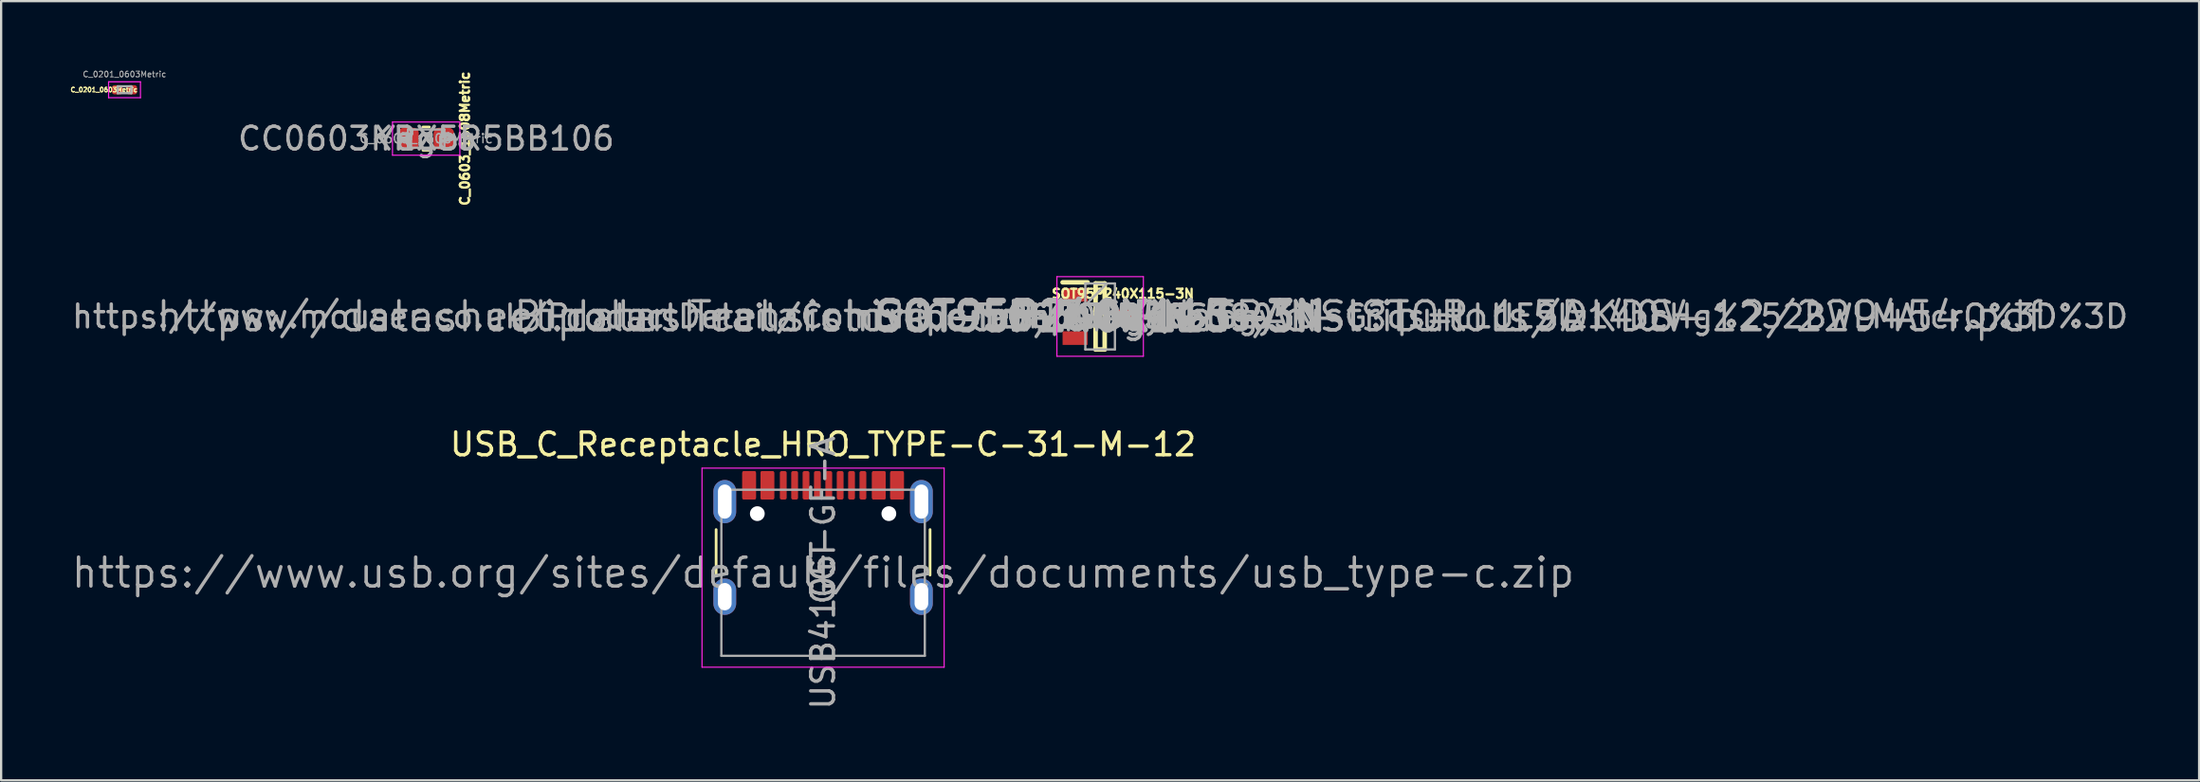
<source format=kicad_pcb>
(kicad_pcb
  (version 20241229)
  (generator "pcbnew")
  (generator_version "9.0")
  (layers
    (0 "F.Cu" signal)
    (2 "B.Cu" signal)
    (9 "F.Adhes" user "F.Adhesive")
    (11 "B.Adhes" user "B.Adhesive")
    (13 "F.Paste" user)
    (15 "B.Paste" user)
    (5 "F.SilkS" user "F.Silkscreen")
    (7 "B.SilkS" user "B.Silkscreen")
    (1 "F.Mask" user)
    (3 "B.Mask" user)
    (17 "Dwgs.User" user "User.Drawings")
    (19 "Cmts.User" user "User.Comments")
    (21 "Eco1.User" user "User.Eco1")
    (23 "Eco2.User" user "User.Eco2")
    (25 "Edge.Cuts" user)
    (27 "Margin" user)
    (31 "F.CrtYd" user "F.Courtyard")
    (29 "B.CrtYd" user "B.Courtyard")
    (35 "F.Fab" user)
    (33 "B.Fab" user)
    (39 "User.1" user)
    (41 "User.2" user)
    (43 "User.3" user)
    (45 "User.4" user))
  (footprint "C_0201_0603Metric"
    (layer "F.Cu")
    (at 2.422 0.896)
    (property "Reference" "C_0201_0603Metric" (at -0.9 0 180) (layer "F.SilkS") (effects (font (size 0.2 0.2) (thickness 0.05))))
    (attr smd)
    (fp_line (start -0.7 -0.35) (end 0.7 -0.35) (stroke (width 0.05) (type solid)) (layer "F.CrtYd"))
    (fp_line (start -0.7 0.35) (end -0.7 -0.35) (stroke (width 0.05) (type solid)) (layer "F.CrtYd"))
    (fp_line (start 0.7 -0.35) (end 0.7 0.35) (stroke (width 0.05) (type solid)) (layer "F.CrtYd"))
    (fp_line (start 0.7 0.35) (end -0.7 0.35) (stroke (width 0.05) (type solid)) (layer "F.CrtYd"))
    (fp_line (start -0.3 -0.15) (end 0.3 -0.15) (stroke (width 0.1) (type solid)) (layer "F.Fab"))
    (fp_line (start -0.3 0.15) (end -0.3 -0.15) (stroke (width 0.1) (type solid)) (layer "F.Fab"))
    (fp_line (start 0.3 -0.15) (end 0.3 0.15) (stroke (width 0.1) (type solid)) (layer "F.Fab"))
    (fp_line (start 0.3 0.15) (end -0.3 0.15) (stroke (width 0.1) (type solid)) (layer "F.Fab"))
    (fp_text user "${REFERENCE}" (at 0 -0.68 0) (layer "F.Fab") (effects (font (size 0.25 0.25) (thickness 0.04))))
    (pad "" smd roundrect (at -0.345 0) (size 0.318 0.36) (layers "F.Paste") (roundrect_rratio 0.25))
    (pad "" smd roundrect (at 0.345 0) (size 0.318 0.36) (layers "F.Paste") (roundrect_rratio 0.25))
    (pad "1" smd roundrect (at -0.32 0) (size 0.46 0.4) (layers "F.Cu" "F.Mask") (roundrect_rratio 0.25))
    (pad "2" smd roundrect (at 0.32 0) (size 0.46 0.4) (layers "F.Cu" "F.Mask") (roundrect_rratio 0.25)))
  (footprint "SOT95P240X115-3N"
    (layer "F.Cu")
    (at 45.292 10.862)
    (property "Reference" "SOT95P240X115-3N" (at 1 -1 180) (layer "F.SilkS") (effects (font (size 0.4 0.4) (thickness 0.1) (bold yes))))
    (property "Datasheet" "https://datasheet.datasheetarchive.com/originals/distributors/DKDS-12/229454.pdf" (at 0 0 0) (unlocked yes) (layer "F.Fab") (effects (font (size 1.27 1.27) (thickness 0.15))))
    (property "Description" "Bipolar Transistors - BJT NPN TRANSISTOR 1.5A 40V" (at 0 0 0) (unlocked yes) (layer "F.Fab") (effects (font (size 1.27 1.27) (thickness 0.15))))
    (property "Height" "1.15" (at 0 0 0) (unlocked yes) (layer "F.Fab") (effects (font (size 1 1) (thickness 0.15))))
    (property "Mouser Part Number" "750-SS8050-G" (at 0 0 0) (unlocked yes) (layer "F.Fab") (effects (font (size 1 1) (thickness 0.15))))
    (property "Mouser Price/Stock" "https://www.mouser.co.uk/ProductDetail/Comchip-Technology/SS8050-G?qs=LLUE9lz1YbcHg%252BWLMAtcrQ%3D%3D" (at 0 0 0) (unlocked yes) (layer "F.Fab") (effects (font (size 1 1) (thickness 0.15))))
    (property "Manufacturer_Name" "Comchip Technology" (at 0 0 0) (unlocked yes) (layer "F.Fab") (effects (font (size 1 1) (thickness 0.15))))
    (property "PN" "SS8050-G" (at 0 0 0) (unlocked yes) (layer "F.Fab") (effects (font (size 1 1) (thickness 0.15))))
    (attr smd)
    (fp_line (start -1.65 -1.5) (end -0.55 -1.5) (stroke (width 0.2) (type solid)) (layer "F.SilkS"))
    (fp_line (start -0.2 -1.45) (end 0.2 -1.45) (stroke (width 0.2) (type solid)) (layer "F.SilkS"))
    (fp_line (start -0.2 1.45) (end -0.2 -1.45) (stroke (width 0.2) (type solid)) (layer "F.SilkS"))
    (fp_line (start 0.2 -1.45) (end 0.2 1.45) (stroke (width 0.2) (type solid)) (layer "F.SilkS"))
    (fp_line (start 0.2 1.45) (end -0.2 1.45) (stroke (width 0.2) (type solid)) (layer "F.SilkS"))
    (fp_line (start -1.9 -1.75) (end 1.9 -1.75) (stroke (width 0.05) (type solid)) (layer "F.CrtYd"))
    (fp_line (start -1.9 1.75) (end -1.9 -1.75) (stroke (width 0.05) (type solid)) (layer "F.CrtYd"))
    (fp_line (start 1.9 -1.75) (end 1.9 1.75) (stroke (width 0.05) (type solid)) (layer "F.CrtYd"))
    (fp_line (start 1.9 1.75) (end -1.9 1.75) (stroke (width 0.05) (type solid)) (layer "F.CrtYd"))
    (fp_line (start -0.65 -1.45) (end 0.65 -1.45) (stroke (width 0.1) (type solid)) (layer "F.Fab"))
    (fp_line (start -0.65 -0.5) (end 0.3 -1.45) (stroke (width 0.1) (type solid)) (layer "F.Fab"))
    (fp_line (start -0.65 1.45) (end -0.65 -1.45) (stroke (width 0.1) (type solid)) (layer "F.Fab"))
    (fp_line (start 0.65 -1.45) (end 0.65 1.45) (stroke (width 0.1) (type solid)) (layer "F.Fab"))
    (fp_line (start 0.65 1.45) (end -0.65 1.45) (stroke (width 0.1) (type solid)) (layer "F.Fab"))
    (fp_text user "${REFERENCE}" (at 0 0 180) (layer "F.Fab") (effects (font (size 1.27 1.27) (thickness 0.254))))
    (pad "1" smd rect (at -1.1 -0.95 90) (size 0.6 1.1) (layers "F.Cu" "F.Mask" "F.Paste"))
    (pad "2" smd rect (at -1.1 0.95 90) (size 0.6 1.1) (layers "F.Cu" "F.Mask" "F.Paste"))
    (pad "3" smd rect (at 1.1 0 90) (size 0.6 1.1) (layers "F.Cu" "F.Mask" "F.Paste")))
  (footprint "USB_C_Receptacle_HRO_TYPE-C-31-M-12"
    (layer "F.Cu")
    (at 33.118 22.13)
    (property "Reference" "USB_C_Receptacle_HRO_TYPE-C-31-M-12" (at 0 -5.645 180) (layer "F.SilkS") (effects (font (size 1 1) (thickness 0.15))))
    (property "Datasheet" "https://www.usb.org/sites/default/files/documents/usb_type-c.zip" (at 0 0 0) (unlocked yes) (layer "F.Fab") (effects (font (size 1.27 1.27) (thickness 0.15))))
    (property "Description" "" (at 0 0 0) (unlocked yes) (layer "F.Fab") (effects (font (size 1.27 1.27) (thickness 0.15))))
    (property "Mfg" "GCT" (at 0 0 90) (layer "F.Fab") (effects (font (size 1 1) (thickness 0.15))))
    (property "PN" "USB4105-GF-A" (at 0 0 90) (layer "F.Fab") (effects (font (size 1 1) (thickness 0.15))))
    (attr smd)
    (fp_line (start -4.7 -1.9) (end -4.7 0.1) (stroke (width 0.12) (type solid)) (layer "F.SilkS"))
    (fp_line (start 4.7 -1.9) (end 4.7 0.1) (stroke (width 0.12) (type solid)) (layer "F.SilkS"))
    (fp_line (start -5.32 -4.6) (end -5.32 4.15) (stroke (width 0.05) (type solid)) (layer "F.CrtYd"))
    (fp_line (start -5.32 -4.6) (end 5.32 -4.6) (stroke (width 0.05) (type solid)) (layer "F.CrtYd"))
    (fp_line (start -5.32 4.15) (end 5.32 4.15) (stroke (width 0.05) (type solid)) (layer "F.CrtYd"))
    (fp_line (start 5.32 -4.6) (end 5.32 4.15) (stroke (width 0.05) (type solid)) (layer "F.CrtYd"))
    (fp_line (start -4.47 -3.65) (end -4.47 3.65) (stroke (width 0.1) (type solid)) (layer "F.Fab"))
    (fp_line (start -4.47 -3.65) (end 4.47 -3.65) (stroke (width 0.1) (type solid)) (layer "F.Fab"))
    (fp_line (start -4.47 3.65) (end 4.47 3.65) (stroke (width 0.1) (type solid)) (layer "F.Fab"))
    (fp_line (start 4.47 -3.65) (end 4.47 3.65) (stroke (width 0.1) (type solid)) (layer "F.Fab"))
    (pad "" np_thru_hole circle (at -2.89 -2.6) (size 0.65 0.65) (drill 0.65) (layers "*.Cu" "*.Mask"))
    (pad "" np_thru_hole circle (at 2.89 -2.6) (size 0.65 0.65) (drill 0.65) (layers "*.Cu" "*.Mask"))
    (pad "A1" smd roundrect (at -3.25 -3.845) (size 0.6 1.25) (layers "F.Cu" "F.Mask" "F.Paste") (roundrect_rratio 0.125))
    (pad "A4" smd roundrect (at -2.45 -3.845) (size 0.6 1.25) (layers "F.Cu" "F.Mask" "F.Paste") (roundrect_rratio 0.125))
    (pad "A5" smd roundrect (at -1.25 -3.845) (size 0.3 1.25) (layers "F.Cu" "F.Mask" "F.Paste") (roundrect_rratio 0.25))
    (pad "A6" smd roundrect (at -0.25 -3.845) (size 0.3 1.25) (layers "F.Cu" "F.Mask" "F.Paste") (roundrect_rratio 0.25))
    (pad "A7" smd roundrect (at 0.25 -3.845) (size 0.3 1.25) (layers "F.Cu" "F.Mask" "F.Paste") (roundrect_rratio 0.25))
    (pad "A8" smd roundrect (at 1.25 -3.845) (size 0.3 1.25) (layers "F.Cu" "F.Mask" "F.Paste") (roundrect_rratio 0.25))
    (pad "A9" smd roundrect (at 2.45 -3.845) (size 0.6 1.25) (layers "F.Cu" "F.Mask" "F.Paste") (roundrect_rratio 0.125))
    (pad "A12" smd roundrect (at 3.25 -3.845) (size 0.6 1.25) (layers "F.Cu" "F.Mask" "F.Paste") (roundrect_rratio 0.125))
    (pad "B1" smd roundrect (at 3.25 -3.845) (size 0.6 1.25) (layers "F.Cu" "F.Mask" "F.Paste") (roundrect_rratio 0.125))
    (pad "B4" smd roundrect (at 2.45 -3.845) (size 0.6 1.25) (layers "F.Cu" "F.Mask" "F.Paste") (roundrect_rratio 0.125))
    (pad "B5" smd roundrect (at 1.75 -3.845) (size 0.3 1.25) (layers "F.Cu" "F.Mask" "F.Paste") (roundrect_rratio 0.25))
    (pad "B6" smd roundrect (at 0.75 -3.845) (size 0.3 1.25) (layers "F.Cu" "F.Mask" "F.Paste") (roundrect_rratio 0.25))
    (pad "B7" smd roundrect (at -0.75 -3.845) (size 0.3 1.25) (layers "F.Cu" "F.Mask" "F.Paste") (roundrect_rratio 0.25))
    (pad "B8" smd roundrect (at -1.75 -3.845) (size 0.3 1.25) (layers "F.Cu" "F.Mask" "F.Paste") (roundrect_rratio 0.25))
    (pad "B9" smd roundrect (at -2.45 -3.845) (size 0.6 1.25) (layers "F.Cu" "F.Mask" "F.Paste") (roundrect_rratio 0.125))
    (pad "B12" smd roundrect (at -3.25 -3.845) (size 0.6 1.25) (layers "F.Cu" "F.Mask" "F.Paste") (roundrect_rratio 0.125))
    (pad "S1" thru_hole oval (at -4.32 -3.13) (size 1 1.9) (drill oval 0.6 1.5) (layers "*.Cu" "*.Mask"))
    (pad "S1" thru_hole oval (at -4.32 1.05) (size 1 1.6) (drill oval 0.6 1.2) (layers "*.Cu" "*.Mask"))
    (pad "S1" thru_hole oval (at 4.32 -3.13) (size 1 1.9) (drill oval 0.6 1.5) (layers "*.Cu" "*.Mask"))
    (pad "S1" thru_hole oval (at 4.32 1.05) (size 1 1.6) (drill oval 0.6 1.2) (layers "*.Cu" "*.Mask")))
  (footprint "C_0603_1608Metric"
    (layer "F.Cu")
    (at 15.677 3.043)
    (property "Reference" "C_0603_1608Metric" (at 1.7 0 90) (layer "F.SilkS") (effects (font (size 0.4 0.4) (thickness 0.1))))
    (property "Datasheet" "" (at 0 0 0) (unlocked yes) (layer "F.Fab") (effects (font (size 1.27 1.27) (thickness 0.15))))
    (property "Description" "" (at 0 0 0) (unlocked yes) (layer "F.Fab") (effects (font (size 1.27 1.27) (thickness 0.15))))
    (property "Mfg" "Yageo" (at 0 0 0) (unlocked yes) (layer "F.Fab") (effects (font (size 1 1) (thickness 0.15))))
    (property "PN" "CC0603KRX5R5BB106" (at 0 0 0) (unlocked yes) (layer "F.Fab") (effects (font (size 1 1) (thickness 0.15))))
    (attr smd)
    (fp_line (start -0.141 -0.51) (end 0.141 -0.51) (stroke (width 0.12) (type solid)) (layer "F.SilkS"))
    (fp_line (start -0.141 0.51) (end 0.141 0.51) (stroke (width 0.12) (type solid)) (layer "F.SilkS"))
    (fp_line (start -1.48 -0.73) (end 1.48 -0.73) (stroke (width 0.05) (type solid)) (layer "F.CrtYd"))
    (fp_line (start -1.48 0.73) (end -1.48 -0.73) (stroke (width 0.05) (type solid)) (layer "F.CrtYd"))
    (fp_line (start 1.48 -0.73) (end 1.48 0.73) (stroke (width 0.05) (type solid)) (layer "F.CrtYd"))
    (fp_line (start 1.48 0.73) (end -1.48 0.73) (stroke (width 0.05) (type solid)) (layer "F.CrtYd"))
    (fp_line (start -0.8 -0.4) (end 0.8 -0.4) (stroke (width 0.1) (type solid)) (layer "F.Fab"))
    (fp_line (start -0.8 0.4) (end -0.8 -0.4) (stroke (width 0.1) (type solid)) (layer "F.Fab"))
    (fp_line (start 0.8 -0.4) (end 0.8 0.4) (stroke (width 0.1) (type solid)) (layer "F.Fab"))
    (fp_line (start 0.8 0.4) (end -0.8 0.4) (stroke (width 0.1) (type solid)) (layer "F.Fab"))
    (fp_text user "${REFERENCE}" (at 0 0 180) (layer "F.Fab") (effects (font (size 0.4 0.4) (thickness 0.06))))
    (pad "1" smd roundrect (at -0.775 0) (size 0.9 0.95) (layers "F.Cu" "F.Mask" "F.Paste") (roundrect_rratio 0.25))
    (pad "2" smd roundrect (at 0.775 0) (size 0.9 0.95) (layers "F.Cu" "F.Mask" "F.Paste") (roundrect_rratio 0.25)))
  (gr_rect
    (start -3 -3)
    (end 93.583 31.255)
    (stroke (width 0.1) (type default))
    (fill no)
    (layer "Edge.Cuts")))
</source>
